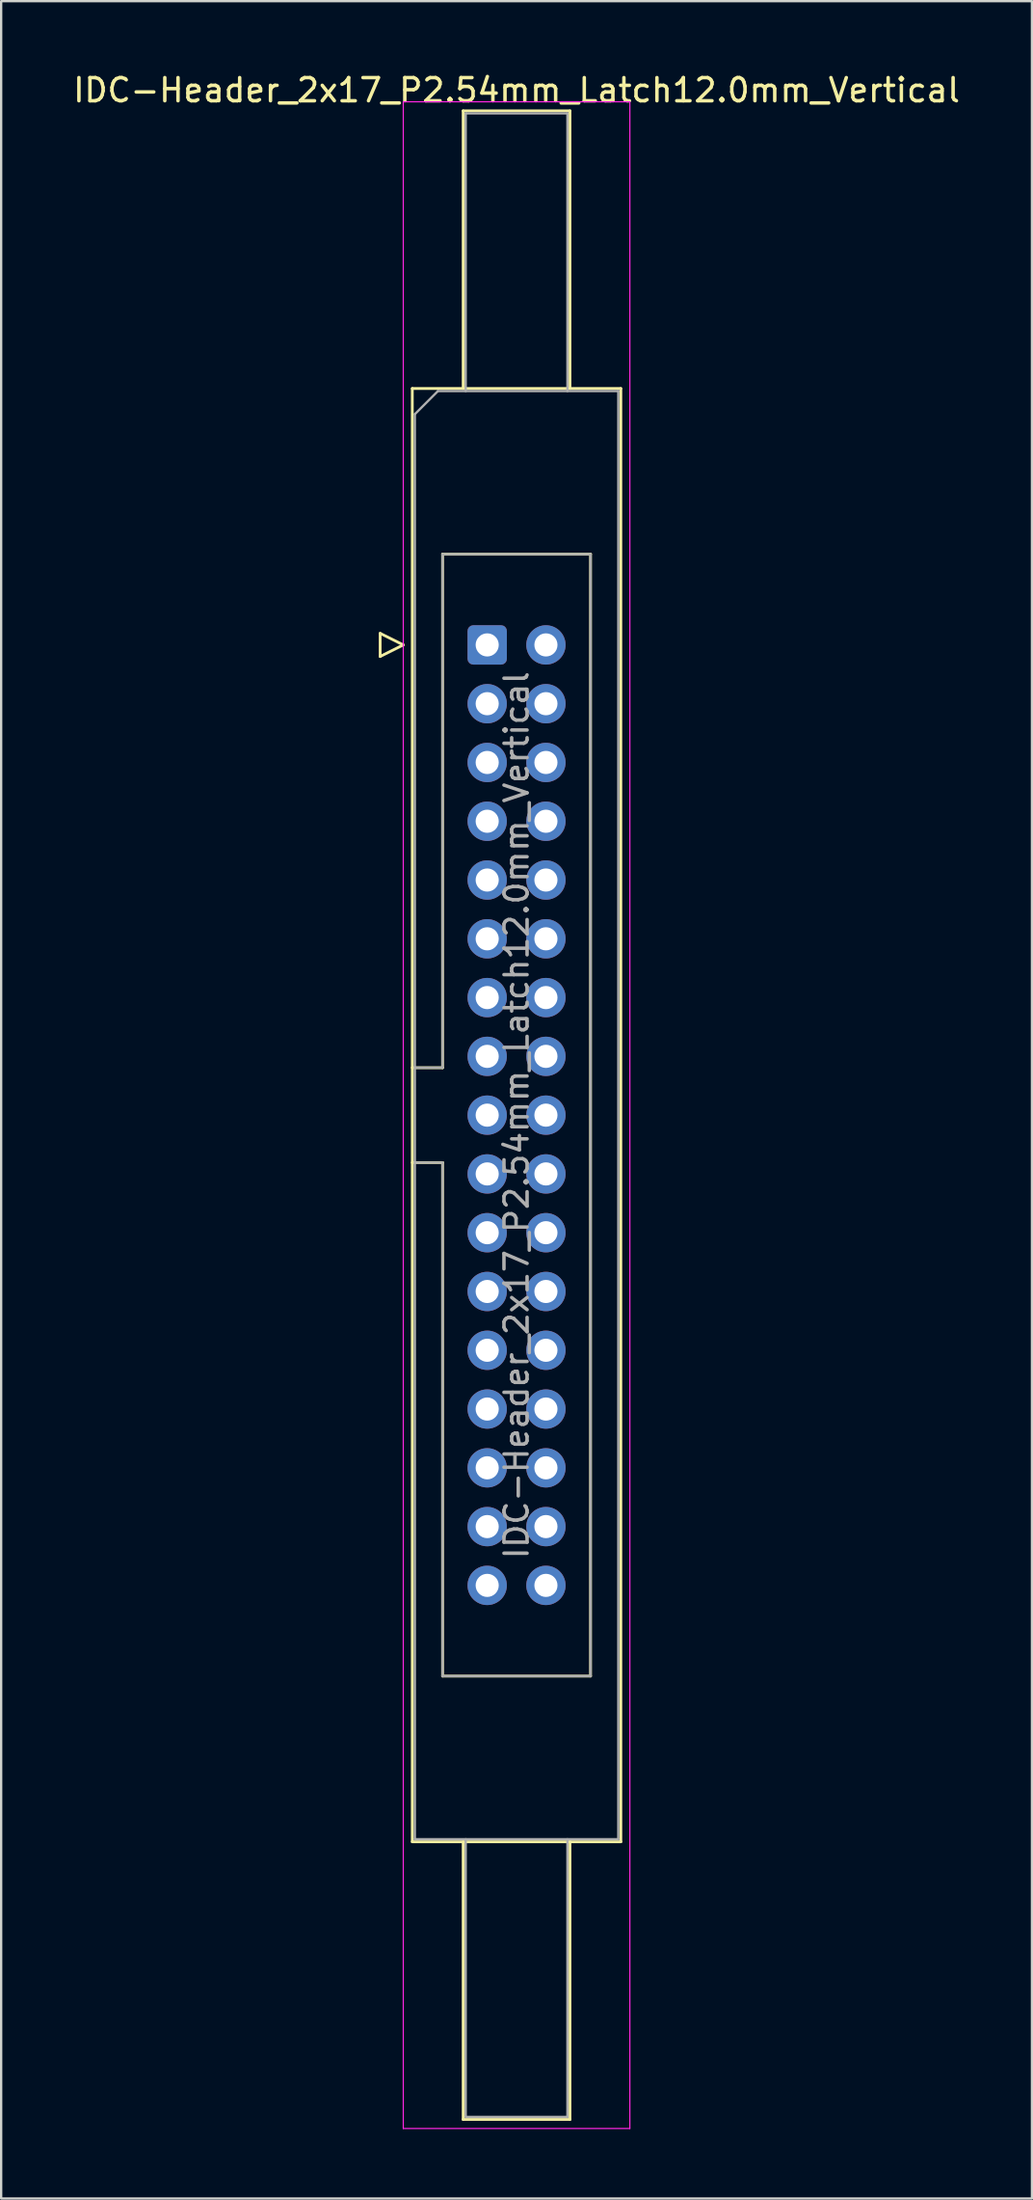
<source format=kicad_pcb>
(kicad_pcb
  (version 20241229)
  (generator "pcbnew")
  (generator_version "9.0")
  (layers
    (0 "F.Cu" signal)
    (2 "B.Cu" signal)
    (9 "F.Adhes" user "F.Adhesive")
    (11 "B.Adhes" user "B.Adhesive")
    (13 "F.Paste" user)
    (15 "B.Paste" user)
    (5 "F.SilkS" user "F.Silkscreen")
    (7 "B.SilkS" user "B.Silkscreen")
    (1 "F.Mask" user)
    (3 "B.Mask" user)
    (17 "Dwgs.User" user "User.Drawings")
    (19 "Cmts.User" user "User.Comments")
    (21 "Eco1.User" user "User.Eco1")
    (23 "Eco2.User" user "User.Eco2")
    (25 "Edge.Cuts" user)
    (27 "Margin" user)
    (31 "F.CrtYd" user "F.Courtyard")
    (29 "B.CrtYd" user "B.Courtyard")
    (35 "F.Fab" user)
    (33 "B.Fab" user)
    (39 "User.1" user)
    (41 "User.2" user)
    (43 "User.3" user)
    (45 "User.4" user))
  (footprint "IDC-Header_2x17_P2.54mm_Latch12.0mm_Vertical"
    (layer "F.Cu")
    (at 18.022 24.818)
    (property "Reference" "IDC-Header_2x17_P2.54mm_Latch12.0mm_Vertical" (at 1.27 -23.97 0) (layer "F.SilkS") (effects (font (size 1 1) (thickness 0.15))))
    (attr through_hole)
    (fp_line (start -4.63 -0.5) (end -4.63 0.5) (stroke (width 0.12) (type solid)) (layer "F.SilkS"))
    (fp_line (start -4.63 0.5) (end -3.63 0) (stroke (width 0.12) (type solid)) (layer "F.SilkS"))
    (fp_line (start -3.63 0) (end -4.63 -0.5) (stroke (width 0.12) (type solid)) (layer "F.SilkS"))
    (fp_line (start -3.24 -11.08) (end 5.78 -11.08) (stroke (width 0.12) (type solid)) (layer "F.SilkS"))
    (fp_line (start -3.24 18.27) (end -1.93 18.27) (stroke (width 0.12) (type solid)) (layer "F.SilkS"))
    (fp_line (start -3.24 51.72) (end -3.24 -11.08) (stroke (width 0.12) (type solid)) (layer "F.SilkS"))
    (fp_line (start -1.93 -3.92) (end 4.47 -3.92) (stroke (width 0.12) (type solid)) (layer "F.SilkS"))
    (fp_line (start -1.93 18.27) (end -1.93 -3.92) (stroke (width 0.12) (type solid)) (layer "F.SilkS"))
    (fp_line (start -1.93 22.37) (end -3.24 22.37) (stroke (width 0.12) (type solid)) (layer "F.SilkS"))
    (fp_line (start -1.93 44.56) (end -1.93 22.37) (stroke (width 0.12) (type solid)) (layer "F.SilkS"))
    (fp_line (start -1.04 -23.08) (end 3.58 -23.08) (stroke (width 0.12) (type solid)) (layer "F.SilkS"))
    (fp_line (start -1.04 -11.08) (end -1.04 -23.08) (stroke (width 0.12) (type solid)) (layer "F.SilkS"))
    (fp_line (start -1.04 51.72) (end -1.04 63.72) (stroke (width 0.12) (type solid)) (layer "F.SilkS"))
    (fp_line (start -1.04 63.72) (end 3.58 63.72) (stroke (width 0.12) (type solid)) (layer "F.SilkS"))
    (fp_line (start 3.58 -23.08) (end 3.58 -11.08) (stroke (width 0.12) (type solid)) (layer "F.SilkS"))
    (fp_line (start 3.58 63.72) (end 3.58 51.72) (stroke (width 0.12) (type solid)) (layer "F.SilkS"))
    (fp_line (start 4.47 -3.92) (end 4.47 44.56) (stroke (width 0.12) (type solid)) (layer "F.SilkS"))
    (fp_line (start 4.47 44.56) (end -1.93 44.56) (stroke (width 0.12) (type solid)) (layer "F.SilkS"))
    (fp_line (start 5.78 -11.08) (end 5.78 51.72) (stroke (width 0.12) (type solid)) (layer "F.SilkS"))
    (fp_line (start 5.78 51.72) (end -3.24 51.72) (stroke (width 0.12) (type solid)) (layer "F.SilkS"))
    (fp_line (start -3.63 -23.47) (end -3.63 64.11) (stroke (width 0.05) (type solid)) (layer "F.CrtYd"))
    (fp_line (start -3.63 64.11) (end 6.17 64.11) (stroke (width 0.05) (type solid)) (layer "F.CrtYd"))
    (fp_line (start 6.17 -23.47) (end -3.63 -23.47) (stroke (width 0.05) (type solid)) (layer "F.CrtYd"))
    (fp_line (start 6.17 64.11) (end 6.17 -23.47) (stroke (width 0.05) (type solid)) (layer "F.CrtYd"))
    (fp_line (start -3.13 -9.97) (end -2.13 -10.97) (stroke (width 0.1) (type solid)) (layer "F.Fab"))
    (fp_line (start -3.13 18.27) (end -1.93 18.27) (stroke (width 0.1) (type solid)) (layer "F.Fab"))
    (fp_line (start -3.13 51.61) (end -3.13 -9.97) (stroke (width 0.1) (type solid)) (layer "F.Fab"))
    (fp_line (start -2.13 -10.97) (end 5.67 -10.97) (stroke (width 0.1) (type solid)) (layer "F.Fab"))
    (fp_line (start -1.93 -3.92) (end 4.47 -3.92) (stroke (width 0.1) (type solid)) (layer "F.Fab"))
    (fp_line (start -1.93 18.27) (end -1.93 -3.92) (stroke (width 0.1) (type solid)) (layer "F.Fab"))
    (fp_line (start -1.93 22.37) (end -3.13 22.37) (stroke (width 0.1) (type solid)) (layer "F.Fab"))
    (fp_line (start -1.93 44.56) (end -1.93 22.37) (stroke (width 0.1) (type solid)) (layer "F.Fab"))
    (fp_line (start -0.93 -22.97) (end 3.47 -22.97) (stroke (width 0.1) (type solid)) (layer "F.Fab"))
    (fp_line (start -0.93 -10.97) (end -0.93 -22.97) (stroke (width 0.1) (type solid)) (layer "F.Fab"))
    (fp_line (start -0.93 51.61) (end -0.93 63.61) (stroke (width 0.1) (type solid)) (layer "F.Fab"))
    (fp_line (start -0.93 63.61) (end 3.47 63.61) (stroke (width 0.1) (type solid)) (layer "F.Fab"))
    (fp_line (start 3.47 -22.97) (end 3.47 -10.97) (stroke (width 0.1) (type solid)) (layer "F.Fab"))
    (fp_line (start 3.47 63.61) (end 3.47 51.61) (stroke (width 0.1) (type solid)) (layer "F.Fab"))
    (fp_line (start 4.47 -3.92) (end 4.47 44.56) (stroke (width 0.1) (type solid)) (layer "F.Fab"))
    (fp_line (start 4.47 44.56) (end -1.93 44.56) (stroke (width 0.1) (type solid)) (layer "F.Fab"))
    (fp_line (start 5.67 -10.97) (end 5.67 51.61) (stroke (width 0.1) (type solid)) (layer "F.Fab"))
    (fp_line (start 5.67 51.61) (end -3.13 51.61) (stroke (width 0.1) (type solid)) (layer "F.Fab"))
    (fp_text user "${REFERENCE}" (at 1.27 20.32 90) (layer "F.Fab") (effects (font (size 1 1) (thickness 0.15))))
    (pad "1" thru_hole roundrect (at 0 0) (size 1.7 1.7) (drill 1) (layers "*.Cu" "*.Mask") (roundrect_rratio 0.147))
    (pad "2" thru_hole circle (at 2.54 0) (size 1.7 1.7) (drill 1) (layers "*.Cu" "*.Mask"))
    (pad "3" thru_hole circle (at 0 2.54) (size 1.7 1.7) (drill 1) (layers "*.Cu" "*.Mask"))
    (pad "4" thru_hole circle (at 2.54 2.54) (size 1.7 1.7) (drill 1) (layers "*.Cu" "*.Mask"))
    (pad "5" thru_hole circle (at 0 5.08) (size 1.7 1.7) (drill 1) (layers "*.Cu" "*.Mask"))
    (pad "6" thru_hole circle (at 2.54 5.08) (size 1.7 1.7) (drill 1) (layers "*.Cu" "*.Mask"))
    (pad "7" thru_hole circle (at 0 7.62) (size 1.7 1.7) (drill 1) (layers "*.Cu" "*.Mask"))
    (pad "8" thru_hole circle (at 2.54 7.62) (size 1.7 1.7) (drill 1) (layers "*.Cu" "*.Mask"))
    (pad "9" thru_hole circle (at 0 10.16) (size 1.7 1.7) (drill 1) (layers "*.Cu" "*.Mask"))
    (pad "10" thru_hole circle (at 2.54 10.16) (size 1.7 1.7) (drill 1) (layers "*.Cu" "*.Mask"))
    (pad "11" thru_hole circle (at 0 12.7) (size 1.7 1.7) (drill 1) (layers "*.Cu" "*.Mask"))
    (pad "12" thru_hole circle (at 2.54 12.7) (size 1.7 1.7) (drill 1) (layers "*.Cu" "*.Mask"))
    (pad "13" thru_hole circle (at 0 15.24) (size 1.7 1.7) (drill 1) (layers "*.Cu" "*.Mask"))
    (pad "14" thru_hole circle (at 2.54 15.24) (size 1.7 1.7) (drill 1) (layers "*.Cu" "*.Mask"))
    (pad "15" thru_hole circle (at 0 17.78) (size 1.7 1.7) (drill 1) (layers "*.Cu" "*.Mask"))
    (pad "16" thru_hole circle (at 2.54 17.78) (size 1.7 1.7) (drill 1) (layers "*.Cu" "*.Mask"))
    (pad "17" thru_hole circle (at 0 20.32) (size 1.7 1.7) (drill 1) (layers "*.Cu" "*.Mask"))
    (pad "18" thru_hole circle (at 2.54 20.32) (size 1.7 1.7) (drill 1) (layers "*.Cu" "*.Mask"))
    (pad "19" thru_hole circle (at 0 22.86) (size 1.7 1.7) (drill 1) (layers "*.Cu" "*.Mask"))
    (pad "20" thru_hole circle (at 2.54 22.86) (size 1.7 1.7) (drill 1) (layers "*.Cu" "*.Mask"))
    (pad "21" thru_hole circle (at 0 25.4) (size 1.7 1.7) (drill 1) (layers "*.Cu" "*.Mask"))
    (pad "22" thru_hole circle (at 2.54 25.4) (size 1.7 1.7) (drill 1) (layers "*.Cu" "*.Mask"))
    (pad "23" thru_hole circle (at 0 27.94) (size 1.7 1.7) (drill 1) (layers "*.Cu" "*.Mask"))
    (pad "24" thru_hole circle (at 2.54 27.94) (size 1.7 1.7) (drill 1) (layers "*.Cu" "*.Mask"))
    (pad "25" thru_hole circle (at 0 30.48) (size 1.7 1.7) (drill 1) (layers "*.Cu" "*.Mask"))
    (pad "26" thru_hole circle (at 2.54 30.48) (size 1.7 1.7) (drill 1) (layers "*.Cu" "*.Mask"))
    (pad "27" thru_hole circle (at 0 33.02) (size 1.7 1.7) (drill 1) (layers "*.Cu" "*.Mask"))
    (pad "28" thru_hole circle (at 2.54 33.02) (size 1.7 1.7) (drill 1) (layers "*.Cu" "*.Mask"))
    (pad "29" thru_hole circle (at 0 35.56) (size 1.7 1.7) (drill 1) (layers "*.Cu" "*.Mask"))
    (pad "30" thru_hole circle (at 2.54 35.56) (size 1.7 1.7) (drill 1) (layers "*.Cu" "*.Mask"))
    (pad "31" thru_hole circle (at 0 38.1) (size 1.7 1.7) (drill 1) (layers "*.Cu" "*.Mask"))
    (pad "32" thru_hole circle (at 2.54 38.1) (size 1.7 1.7) (drill 1) (layers "*.Cu" "*.Mask"))
    (pad "33" thru_hole circle (at 0 40.64) (size 1.7 1.7) (drill 1) (layers "*.Cu" "*.Mask"))
    (pad "34" thru_hole circle (at 2.54 40.64) (size 1.7 1.7) (drill 1) (layers "*.Cu" "*.Mask")))
  (gr_rect
    (start -3 -3)
    (end 41.583 91.953)
    (stroke (width 0.1) (type default))
    (fill no)
    (layer "Edge.Cuts")))
</source>
